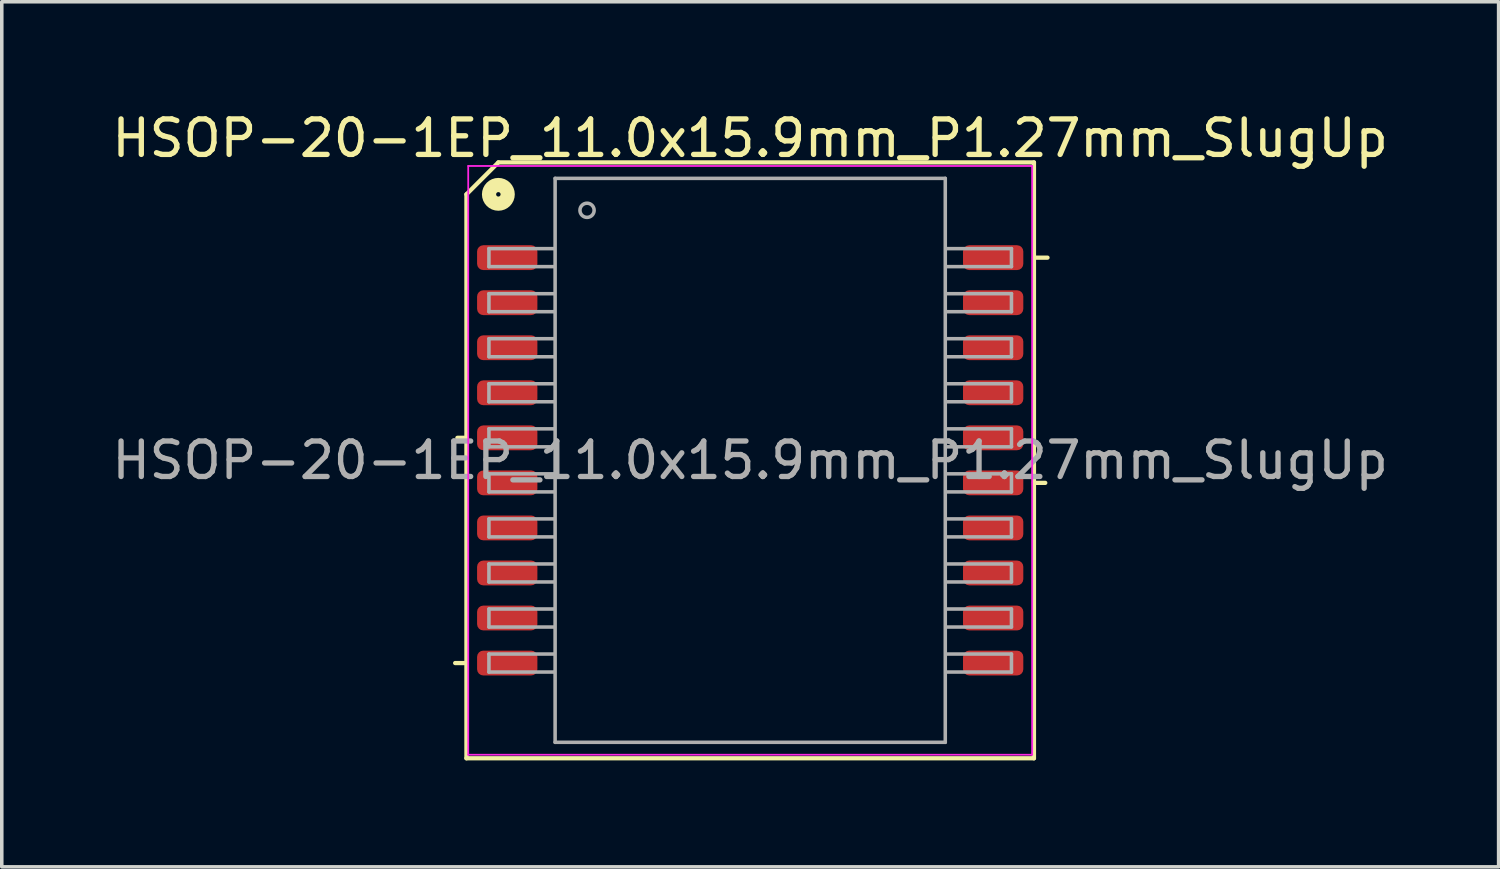
<source format=kicad_pcb>
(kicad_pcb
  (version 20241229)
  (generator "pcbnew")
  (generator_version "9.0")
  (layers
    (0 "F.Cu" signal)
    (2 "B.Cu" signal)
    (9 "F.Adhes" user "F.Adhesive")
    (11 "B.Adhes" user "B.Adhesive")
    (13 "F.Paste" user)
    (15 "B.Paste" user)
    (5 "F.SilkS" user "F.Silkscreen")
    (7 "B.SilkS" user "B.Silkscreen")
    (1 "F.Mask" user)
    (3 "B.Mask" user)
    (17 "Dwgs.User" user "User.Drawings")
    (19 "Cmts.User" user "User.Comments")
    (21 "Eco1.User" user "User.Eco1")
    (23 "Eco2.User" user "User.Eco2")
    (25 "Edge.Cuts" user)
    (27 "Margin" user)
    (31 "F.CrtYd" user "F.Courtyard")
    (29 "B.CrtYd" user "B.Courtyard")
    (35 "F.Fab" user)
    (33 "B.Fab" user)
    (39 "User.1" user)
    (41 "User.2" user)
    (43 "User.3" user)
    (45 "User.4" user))
  (footprint "HSOP-20-1EP_11.0x15.9mm_P1.27mm_SlugUp"
    (layer "F.Cu")
    (at 18.101 9.929)
    (property "Reference" "HSOP-20-1EP_11.0x15.9mm_P1.27mm_SlugUp" (at 0 -9.081 0) (layer "F.SilkS") (effects (font (size 1 1) (thickness 0.15))))
    (attr smd)
    (fp_line (start -8.001 -0.635) (end -8.255 -0.635) (stroke (width 0.12) (type solid)) (layer "F.SilkS"))
    (fp_line (start -8 -7.5) (end -8 8.4) (stroke (width 0.12) (type solid)) (layer "F.SilkS"))
    (fp_line (start -8 -7.5) (end -7.1 -8.4) (stroke (width 0.12) (type solid)) (layer "F.SilkS"))
    (fp_line (start -8 5.715) (end -8.318 5.715) (stroke (width 0.12) (type solid)) (layer "F.SilkS"))
    (fp_line (start -8 8.4) (end 8 8.4) (stroke (width 0.12) (type solid)) (layer "F.SilkS"))
    (fp_line (start 8 -8.4) (end -7.1 -8.4) (stroke (width 0.12) (type solid)) (layer "F.SilkS"))
    (fp_line (start 8 8.4) (end 8 -8.4) (stroke (width 0.12) (type solid)) (layer "F.SilkS"))
    (fp_line (start 8.001 -5.715) (end 8.382 -5.715) (stroke (width 0.12) (type solid)) (layer "F.SilkS"))
    (fp_line (start 8.001 0.635) (end 8.319 0.635) (stroke (width 0.12) (type solid)) (layer "F.SilkS"))
    (fp_circle (center -7.1 -7.5) (end -7.037 -7.5) (stroke (width 0.4) (type solid)) (fill no) (layer "F.SilkS"))
    (fp_line (start -7.95 -8.3) (end -7.95 8.3) (stroke (width 0.05) (type solid)) (layer "F.CrtYd"))
    (fp_line (start -7.95 -8.3) (end 7.95 -8.3) (stroke (width 0.05) (type solid)) (layer "F.CrtYd"))
    (fp_line (start 7.95 8.3) (end -7.95 8.3) (stroke (width 0.05) (type solid)) (layer "F.CrtYd"))
    (fp_line (start 7.95 8.3) (end 7.95 -8.3) (stroke (width 0.05) (type solid)) (layer "F.CrtYd"))
    (fp_line (start -7.366 -5.969) (end -7.366 -5.461) (stroke (width 0.1) (type solid)) (layer "F.Fab"))
    (fp_line (start -7.366 -5.969) (end -5.524 -5.969) (stroke (width 0.1) (type solid)) (layer "F.Fab"))
    (fp_line (start -7.366 -5.461) (end -5.524 -5.461) (stroke (width 0.1) (type solid)) (layer "F.Fab"))
    (fp_line (start -7.366 -4.699) (end -7.366 -4.191) (stroke (width 0.1) (type solid)) (layer "F.Fab"))
    (fp_line (start -7.366 -4.699) (end -5.524 -4.699) (stroke (width 0.1) (type solid)) (layer "F.Fab"))
    (fp_line (start -7.366 -4.191) (end -5.524 -4.191) (stroke (width 0.1) (type solid)) (layer "F.Fab"))
    (fp_line (start -7.366 -3.429) (end -7.366 -2.921) (stroke (width 0.1) (type solid)) (layer "F.Fab"))
    (fp_line (start -7.366 -3.429) (end -5.524 -3.429) (stroke (width 0.1) (type solid)) (layer "F.Fab"))
    (fp_line (start -7.366 -2.921) (end -5.524 -2.921) (stroke (width 0.1) (type solid)) (layer "F.Fab"))
    (fp_line (start -7.366 -2.159) (end -7.366 -1.651) (stroke (width 0.1) (type solid)) (layer "F.Fab"))
    (fp_line (start -7.366 -2.159) (end -5.524 -2.159) (stroke (width 0.1) (type solid)) (layer "F.Fab"))
    (fp_line (start -7.366 -1.651) (end -5.524 -1.651) (stroke (width 0.1) (type solid)) (layer "F.Fab"))
    (fp_line (start -7.366 -0.889) (end -7.366 -0.381) (stroke (width 0.1) (type solid)) (layer "F.Fab"))
    (fp_line (start -7.366 -0.889) (end -5.524 -0.889) (stroke (width 0.1) (type solid)) (layer "F.Fab"))
    (fp_line (start -7.366 -0.381) (end -5.524 -0.381) (stroke (width 0.1) (type solid)) (layer "F.Fab"))
    (fp_line (start -7.366 0.381) (end -7.366 0.889) (stroke (width 0.1) (type solid)) (layer "F.Fab"))
    (fp_line (start -7.366 0.381) (end -5.524 0.381) (stroke (width 0.1) (type solid)) (layer "F.Fab"))
    (fp_line (start -7.366 0.889) (end -5.524 0.889) (stroke (width 0.1) (type solid)) (layer "F.Fab"))
    (fp_line (start -7.366 1.651) (end -7.366 2.159) (stroke (width 0.1) (type solid)) (layer "F.Fab"))
    (fp_line (start -7.366 1.651) (end -5.524 1.651) (stroke (width 0.1) (type solid)) (layer "F.Fab"))
    (fp_line (start -7.366 2.159) (end -5.524 2.159) (stroke (width 0.1) (type solid)) (layer "F.Fab"))
    (fp_line (start -7.366 2.921) (end -7.366 3.429) (stroke (width 0.1) (type solid)) (layer "F.Fab"))
    (fp_line (start -7.366 2.921) (end -5.524 2.921) (stroke (width 0.1) (type solid)) (layer "F.Fab"))
    (fp_line (start -7.366 3.429) (end -5.524 3.429) (stroke (width 0.1) (type solid)) (layer "F.Fab"))
    (fp_line (start -7.366 4.191) (end -7.366 4.699) (stroke (width 0.1) (type solid)) (layer "F.Fab"))
    (fp_line (start -7.366 4.191) (end -5.524 4.191) (stroke (width 0.1) (type solid)) (layer "F.Fab"))
    (fp_line (start -7.366 4.699) (end -5.524 4.699) (stroke (width 0.1) (type solid)) (layer "F.Fab"))
    (fp_line (start -7.366 5.461) (end -7.366 5.969) (stroke (width 0.1) (type solid)) (layer "F.Fab"))
    (fp_line (start -7.366 5.461) (end -5.524 5.461) (stroke (width 0.1) (type solid)) (layer "F.Fab"))
    (fp_line (start -7.366 5.969) (end -5.524 5.969) (stroke (width 0.1) (type solid)) (layer "F.Fab"))
    (fp_line (start -5.5 -7.95) (end -5.5 7.95) (stroke (width 0.1) (type solid)) (layer "F.Fab"))
    (fp_line (start -5.5 7.95) (end 5.5 7.95) (stroke (width 0.1) (type solid)) (layer "F.Fab"))
    (fp_line (start 5.5 -7.95) (end -5.5 -7.95) (stroke (width 0.1) (type solid)) (layer "F.Fab"))
    (fp_line (start 5.5 7.95) (end 5.5 -7.95) (stroke (width 0.1) (type solid)) (layer "F.Fab"))
    (fp_line (start 7.366 -5.969) (end 5.524 -5.969) (stroke (width 0.1) (type solid)) (layer "F.Fab"))
    (fp_line (start 7.366 -5.461) (end 5.524 -5.461) (stroke (width 0.1) (type solid)) (layer "F.Fab"))
    (fp_line (start 7.366 -5.461) (end 7.366 -5.969) (stroke (width 0.1) (type solid)) (layer "F.Fab"))
    (fp_line (start 7.366 -4.699) (end 5.524 -4.699) (stroke (width 0.1) (type solid)) (layer "F.Fab"))
    (fp_line (start 7.366 -4.191) (end 5.524 -4.191) (stroke (width 0.1) (type solid)) (layer "F.Fab"))
    (fp_line (start 7.366 -4.191) (end 7.366 -4.699) (stroke (width 0.1) (type solid)) (layer "F.Fab"))
    (fp_line (start 7.366 -3.429) (end 5.524 -3.429) (stroke (width 0.1) (type solid)) (layer "F.Fab"))
    (fp_line (start 7.366 -2.921) (end 5.524 -2.921) (stroke (width 0.1) (type solid)) (layer "F.Fab"))
    (fp_line (start 7.366 -2.921) (end 7.366 -3.429) (stroke (width 0.1) (type solid)) (layer "F.Fab"))
    (fp_line (start 7.366 -2.159) (end 5.524 -2.159) (stroke (width 0.1) (type solid)) (layer "F.Fab"))
    (fp_line (start 7.366 -1.651) (end 5.524 -1.651) (stroke (width 0.1) (type solid)) (layer "F.Fab"))
    (fp_line (start 7.366 -1.651) (end 7.366 -2.159) (stroke (width 0.1) (type solid)) (layer "F.Fab"))
    (fp_line (start 7.366 -0.889) (end 5.524 -0.889) (stroke (width 0.1) (type solid)) (layer "F.Fab"))
    (fp_line (start 7.366 -0.381) (end 5.524 -0.381) (stroke (width 0.1) (type solid)) (layer "F.Fab"))
    (fp_line (start 7.366 -0.381) (end 7.366 -0.889) (stroke (width 0.1) (type solid)) (layer "F.Fab"))
    (fp_line (start 7.366 0.381) (end 5.524 0.381) (stroke (width 0.1) (type solid)) (layer "F.Fab"))
    (fp_line (start 7.366 0.889) (end 5.524 0.889) (stroke (width 0.1) (type solid)) (layer "F.Fab"))
    (fp_line (start 7.366 0.889) (end 7.366 0.381) (stroke (width 0.1) (type solid)) (layer "F.Fab"))
    (fp_line (start 7.366 1.651) (end 5.524 1.651) (stroke (width 0.1) (type solid)) (layer "F.Fab"))
    (fp_line (start 7.366 2.159) (end 5.524 2.159) (stroke (width 0.1) (type solid)) (layer "F.Fab"))
    (fp_line (start 7.366 2.159) (end 7.366 1.651) (stroke (width 0.1) (type solid)) (layer "F.Fab"))
    (fp_line (start 7.366 2.921) (end 5.524 2.921) (stroke (width 0.1) (type solid)) (layer "F.Fab"))
    (fp_line (start 7.366 3.429) (end 5.524 3.429) (stroke (width 0.1) (type solid)) (layer "F.Fab"))
    (fp_line (start 7.366 3.429) (end 7.366 2.921) (stroke (width 0.1) (type solid)) (layer "F.Fab"))
    (fp_line (start 7.366 4.191) (end 5.524 4.191) (stroke (width 0.1) (type solid)) (layer "F.Fab"))
    (fp_line (start 7.366 4.699) (end 5.524 4.699) (stroke (width 0.1) (type solid)) (layer "F.Fab"))
    (fp_line (start 7.366 4.699) (end 7.366 4.191) (stroke (width 0.1) (type solid)) (layer "F.Fab"))
    (fp_line (start 7.366 5.461) (end 5.524 5.461) (stroke (width 0.1) (type solid)) (layer "F.Fab"))
    (fp_line (start 7.366 5.969) (end 5.524 5.969) (stroke (width 0.1) (type solid)) (layer "F.Fab"))
    (fp_line (start 7.366 5.969) (end 7.366 5.461) (stroke (width 0.1) (type solid)) (layer "F.Fab"))
    (fp_circle (center -4.6 -7.05) (end -4.4 -7.05) (stroke (width 0.1) (type solid)) (fill no) (layer "F.Fab"))
    (fp_text user "${REFERENCE}" (at 0 0 0) (layer "F.Fab") (effects (font (size 1 1) (thickness 0.15))))
    (pad "1" smd roundrect (at -6.85 -5.715) (size 1.7 0.7) (layers "F.Cu" "F.Mask" "F.Paste") (roundrect_rratio 0.25))
    (pad "2" smd roundrect (at -6.85 -4.445) (size 1.7 0.7) (layers "F.Cu" "F.Mask" "F.Paste") (roundrect_rratio 0.25))
    (pad "3" smd roundrect (at -6.85 -3.175) (size 1.7 0.7) (layers "F.Cu" "F.Mask" "F.Paste") (roundrect_rratio 0.25))
    (pad "4" smd roundrect (at -6.85 -1.905) (size 1.7 0.7) (layers "F.Cu" "F.Mask" "F.Paste") (roundrect_rratio 0.25))
    (pad "5" smd roundrect (at -6.85 -0.635) (size 1.7 0.7) (layers "F.Cu" "F.Mask" "F.Paste") (roundrect_rratio 0.25))
    (pad "6" smd roundrect (at -6.85 0.635) (size 1.7 0.7) (layers "F.Cu" "F.Mask" "F.Paste") (roundrect_rratio 0.25))
    (pad "7" smd roundrect (at -6.85 1.905) (size 1.7 0.7) (layers "F.Cu" "F.Mask" "F.Paste") (roundrect_rratio 0.25))
    (pad "8" smd roundrect (at -6.85 3.175) (size 1.7 0.7) (layers "F.Cu" "F.Mask" "F.Paste") (roundrect_rratio 0.25))
    (pad "9" smd roundrect (at -6.85 4.445) (size 1.7 0.7) (layers "F.Cu" "F.Mask" "F.Paste") (roundrect_rratio 0.25))
    (pad "10" smd roundrect (at -6.85 5.715) (size 1.7 0.7) (layers "F.Cu" "F.Mask" "F.Paste") (roundrect_rratio 0.25))
    (pad "11" smd roundrect (at 6.85 5.715) (size 1.7 0.7) (layers "F.Cu" "F.Mask" "F.Paste") (roundrect_rratio 0.25))
    (pad "12" smd roundrect (at 6.85 4.445) (size 1.7 0.7) (layers "F.Cu" "F.Mask" "F.Paste") (roundrect_rratio 0.25))
    (pad "13" smd roundrect (at 6.85 3.175) (size 1.7 0.7) (layers "F.Cu" "F.Mask" "F.Paste") (roundrect_rratio 0.25))
    (pad "14" smd roundrect (at 6.85 1.905) (size 1.7 0.7) (layers "F.Cu" "F.Mask" "F.Paste") (roundrect_rratio 0.25))
    (pad "15" smd roundrect (at 6.85 0.635) (size 1.7 0.7) (layers "F.Cu" "F.Mask" "F.Paste") (roundrect_rratio 0.25))
    (pad "16" smd roundrect (at 6.85 -0.635) (size 1.7 0.7) (layers "F.Cu" "F.Mask" "F.Paste") (roundrect_rratio 0.25))
    (pad "17" smd roundrect (at 6.85 -1.905) (size 1.7 0.7) (layers "F.Cu" "F.Mask" "F.Paste") (roundrect_rratio 0.25))
    (pad "18" smd roundrect (at 6.85 -3.175) (size 1.7 0.7) (layers "F.Cu" "F.Mask" "F.Paste") (roundrect_rratio 0.25))
    (pad "19" smd roundrect (at 6.85 -4.445) (size 1.7 0.7) (layers "F.Cu" "F.Mask" "F.Paste") (roundrect_rratio 0.25))
    (pad "20" smd roundrect (at 6.85 -5.715) (size 1.7 0.7) (layers "F.Cu" "F.Mask" "F.Paste") (roundrect_rratio 0.25)))
  (gr_rect
    (start -3 -3)
    (end 39.202 21.389)
    (stroke (width 0.1) (type default))
    (fill no)
    (layer "Edge.Cuts")))
</source>
